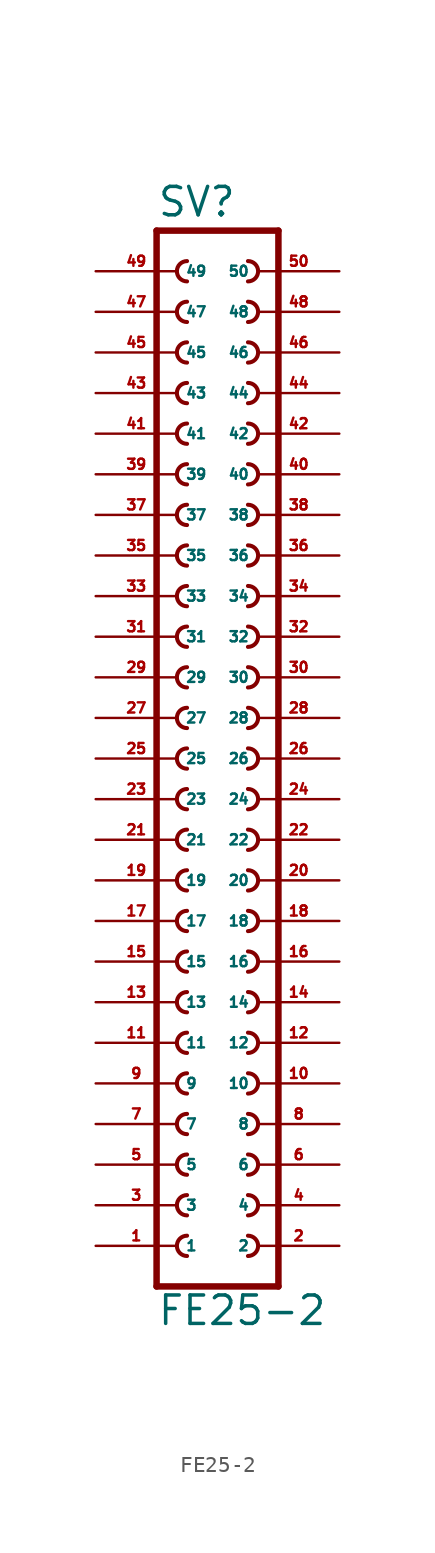
<source format=kicad_sym>
(kicad_symbol_lib
  (version 20220914)
  (generator Eagle2Kicad)
  (symbol "FE25-2"
    (property "Reference" "SV"
      (at -3.81 31.242 0)
      (effects (font (size 1.778 1.778) (thickness 0.22)) (justify left bottom)))
    (property "Value" "FE25-2"
      (at -3.81 -38.1 0)
      (effects (font (size 1.778 1.778) (thickness 0.22)) (justify left bottom)))
    (polyline
      (pts (xy 3.81 -35.56) (xy -3.81 -35.56))
      (stroke (width 0.406) (type default))
      (fill (type none)))
    (arc
      (start -1.905 -27.305)
      (mid -2.540 -27.940)
      (end -1.905 -28.575)
      (stroke (width 0.254) (type default))
      (fill (type none)))
    (arc
      (start -1.905 -29.845)
      (mid -2.540 -30.480)
      (end -1.905 -31.115)
      (stroke (width 0.254) (type default))
      (fill (type none)))
    (arc
      (start -1.905 -32.385)
      (mid -2.540 -33.020)
      (end -1.905 -33.655)
      (stroke (width 0.254) (type default))
      (fill (type none)))
    (arc
      (start 1.905 -28.575)
      (mid 2.540 -27.940)
      (end 1.905 -27.305)
      (stroke (width 0.254) (type default))
      (fill (type none)))
    (arc
      (start 1.905 -31.115)
      (mid 2.540 -30.480)
      (end 1.905 -29.845)
      (stroke (width 0.254) (type default))
      (fill (type none)))
    (arc
      (start 1.905 -33.655)
      (mid 2.540 -33.020)
      (end 1.905 -32.385)
      (stroke (width 0.254) (type default))
      (fill (type none)))
    (arc
      (start -1.905 -22.225)
      (mid -2.540 -22.860)
      (end -1.905 -23.495)
      (stroke (width 0.254) (type default))
      (fill (type none)))
    (arc
      (start -1.905 -24.765)
      (mid -2.540 -25.400)
      (end -1.905 -26.035)
      (stroke (width 0.254) (type default))
      (fill (type none)))
    (arc
      (start 1.905 -23.495)
      (mid 2.540 -22.860)
      (end 1.905 -22.225)
      (stroke (width 0.254) (type default))
      (fill (type none)))
    (arc
      (start 1.905 -26.035)
      (mid 2.540 -25.400)
      (end 1.905 -24.765)
      (stroke (width 0.254) (type default))
      (fill (type none)))
    (arc
      (start -1.905 -14.605)
      (mid -2.540 -15.240)
      (end -1.905 -15.875)
      (stroke (width 0.254) (type default))
      (fill (type none)))
    (arc
      (start -1.905 -17.145)
      (mid -2.540 -17.780)
      (end -1.905 -18.415)
      (stroke (width 0.254) (type default))
      (fill (type none)))
    (arc
      (start -1.905 -19.685)
      (mid -2.540 -20.320)
      (end -1.905 -20.955)
      (stroke (width 0.254) (type default))
      (fill (type none)))
    (arc
      (start 1.905 -15.875)
      (mid 2.540 -15.240)
      (end 1.905 -14.605)
      (stroke (width 0.254) (type default))
      (fill (type none)))
    (arc
      (start 1.905 -18.415)
      (mid 2.540 -17.780)
      (end 1.905 -17.145)
      (stroke (width 0.254) (type default))
      (fill (type none)))
    (arc
      (start 1.905 -20.955)
      (mid 2.540 -20.320)
      (end 1.905 -19.685)
      (stroke (width 0.254) (type default))
      (fill (type none)))
    (arc
      (start -1.905 -9.525)
      (mid -2.540 -10.160)
      (end -1.905 -10.795)
      (stroke (width 0.254) (type default))
      (fill (type none)))
    (arc
      (start -1.905 -12.065)
      (mid -2.540 -12.700)
      (end -1.905 -13.335)
      (stroke (width 0.254) (type default))
      (fill (type none)))
    (arc
      (start 1.905 -10.795)
      (mid 2.540 -10.160)
      (end 1.905 -9.525)
      (stroke (width 0.254) (type default))
      (fill (type none)))
    (arc
      (start 1.905 -13.335)
      (mid 2.540 -12.700)
      (end 1.905 -12.065)
      (stroke (width 0.254) (type default))
      (fill (type none)))
    (arc
      (start -1.905 -1.905)
      (mid -2.540 -2.540)
      (end -1.905 -3.175)
      (stroke (width 0.254) (type default))
      (fill (type none)))
    (arc
      (start -1.905 -4.445)
      (mid -2.540 -5.080)
      (end -1.905 -5.715)
      (stroke (width 0.254) (type default))
      (fill (type none)))
    (arc
      (start -1.905 -6.985)
      (mid -2.540 -7.620)
      (end -1.905 -8.255)
      (stroke (width 0.254) (type default))
      (fill (type none)))
    (arc
      (start 1.905 -3.175)
      (mid 2.540 -2.540)
      (end 1.905 -1.905)
      (stroke (width 0.254) (type default))
      (fill (type none)))
    (arc
      (start 1.905 -5.715)
      (mid 2.540 -5.080)
      (end 1.905 -4.445)
      (stroke (width 0.254) (type default))
      (fill (type none)))
    (arc
      (start 1.905 -8.255)
      (mid 2.540 -7.620)
      (end 1.905 -6.985)
      (stroke (width 0.254) (type default))
      (fill (type none)))
    (arc
      (start -1.905 3.175)
      (mid -2.540 2.540)
      (end -1.905 1.905)
      (stroke (width 0.254) (type default))
      (fill (type none)))
    (arc
      (start -1.905 0.635)
      (mid -2.540 0.000)
      (end -1.905 -0.635)
      (stroke (width 0.254) (type default))
      (fill (type none)))
    (arc
      (start 1.905 1.905)
      (mid 2.540 2.540)
      (end 1.905 3.175)
      (stroke (width 0.254) (type default))
      (fill (type none)))
    (arc
      (start 1.905 -0.635)
      (mid 2.540 0.000)
      (end 1.905 0.635)
      (stroke (width 0.254) (type default))
      (fill (type none)))
    (arc
      (start -1.905 8.255)
      (mid -2.540 7.620)
      (end -1.905 6.985)
      (stroke (width 0.254) (type default))
      (fill (type none)))
    (arc
      (start -1.905 5.715)
      (mid -2.540 5.080)
      (end -1.905 4.445)
      (stroke (width 0.254) (type default))
      (fill (type none)))
    (arc
      (start 1.905 6.985)
      (mid 2.540 7.620)
      (end 1.905 8.255)
      (stroke (width 0.254) (type default))
      (fill (type none)))
    (arc
      (start 1.905 4.445)
      (mid 2.540 5.080)
      (end 1.905 5.715)
      (stroke (width 0.254) (type default))
      (fill (type none)))
    (arc
      (start -1.905 15.875)
      (mid -2.540 15.240)
      (end -1.905 14.605)
      (stroke (width 0.254) (type default))
      (fill (type none)))
    (arc
      (start -1.905 13.335)
      (mid -2.540 12.700)
      (end -1.905 12.065)
      (stroke (width 0.254) (type default))
      (fill (type none)))
    (arc
      (start -1.905 10.795)
      (mid -2.540 10.160)
      (end -1.905 9.525)
      (stroke (width 0.254) (type default))
      (fill (type none)))
    (arc
      (start 1.905 14.605)
      (mid 2.540 15.240)
      (end 1.905 15.875)
      (stroke (width 0.254) (type default))
      (fill (type none)))
    (arc
      (start 1.905 12.065)
      (mid 2.540 12.700)
      (end 1.905 13.335)
      (stroke (width 0.254) (type default))
      (fill (type none)))
    (arc
      (start 1.905 9.525)
      (mid 2.540 10.160)
      (end 1.905 10.795)
      (stroke (width 0.254) (type default))
      (fill (type none)))
    (polyline
      (pts (xy -3.81 30.48) (xy -3.81 -35.56))
      (stroke (width 0.406) (type default))
      (fill (type none)))
    (polyline
      (pts (xy 3.81 -35.56) (xy 3.81 30.48))
      (stroke (width 0.406) (type default))
      (fill (type none)))
    (polyline
      (pts (xy -3.81 30.48) (xy 3.81 30.48))
      (stroke (width 0.406) (type default))
      (fill (type none)))
    (arc
      (start 1.905 17.145)
      (mid 2.540 17.780)
      (end 1.905 18.415)
      (stroke (width 0.254) (type default))
      (fill (type none)))
    (arc
      (start 1.905 19.685)
      (mid 2.540 20.320)
      (end 1.905 20.955)
      (stroke (width 0.254) (type default))
      (fill (type none)))
    (arc
      (start 1.905 22.225)
      (mid 2.540 22.860)
      (end 1.905 23.495)
      (stroke (width 0.254) (type default))
      (fill (type none)))
    (arc
      (start -1.905 18.415)
      (mid -2.540 17.780)
      (end -1.905 17.145)
      (stroke (width 0.254) (type default))
      (fill (type none)))
    (arc
      (start -1.905 20.955)
      (mid -2.540 20.320)
      (end -1.905 19.685)
      (stroke (width 0.254) (type default))
      (fill (type none)))
    (arc
      (start -1.905 23.495)
      (mid -2.540 22.860)
      (end -1.905 22.225)
      (stroke (width 0.254) (type default))
      (fill (type none)))
    (arc
      (start 1.905 24.765)
      (mid 2.540 25.400)
      (end 1.905 26.035)
      (stroke (width 0.254) (type default))
      (fill (type none)))
    (arc
      (start 1.905 27.305)
      (mid 2.540 27.940)
      (end 1.905 28.575)
      (stroke (width 0.254) (type default))
      (fill (type none)))
    (arc
      (start -1.905 26.035)
      (mid -2.540 25.400)
      (end -1.905 24.765)
      (stroke (width 0.254) (type default))
      (fill (type none)))
    (arc
      (start -1.905 28.575)
      (mid -2.540 27.940)
      (end -1.905 27.305)
      (stroke (width 0.254) (type default))
      (fill (type none)))
    (pin passive line
      (at -7.62 -33.02 0)
      (length 5.08)
      (name "1" (effects (font (size 0.635 0.635) (thickness 0.08)) (justify left bottom)))
      (number "1" (effects (font (size 0.635 0.635) (thickness 0.08)) (justify left bottom))))
    (pin passive line
      (at -7.62 -30.48 0)
      (length 5.08)
      (name "3" (effects (font (size 0.635 0.635) (thickness 0.08)) (justify left bottom)))
      (number "3" (effects (font (size 0.635 0.635) (thickness 0.08)) (justify left bottom))))
    (pin passive line
      (at -7.62 -27.94 0)
      (length 5.08)
      (name "5" (effects (font (size 0.635 0.635) (thickness 0.08)) (justify left bottom)))
      (number "5" (effects (font (size 0.635 0.635) (thickness 0.08)) (justify left bottom))))
    (pin passive line
      (at 7.62 -33.02 180)
      (length 5.08)
      (name "2" (effects (font (size 0.635 0.635) (thickness 0.08)) (justify left bottom)))
      (number "2" (effects (font (size 0.635 0.635) (thickness 0.08)) (justify left bottom))))
    (pin passive line
      (at 7.62 -30.48 180)
      (length 5.08)
      (name "4" (effects (font (size 0.635 0.635) (thickness 0.08)) (justify left bottom)))
      (number "4" (effects (font (size 0.635 0.635) (thickness 0.08)) (justify left bottom))))
    (pin passive line
      (at 7.62 -27.94 180)
      (length 5.08)
      (name "6" (effects (font (size 0.635 0.635) (thickness 0.08)) (justify left bottom)))
      (number "6" (effects (font (size 0.635 0.635) (thickness 0.08)) (justify left bottom))))
    (pin passive line
      (at -7.62 -25.4 0)
      (length 5.08)
      (name "7" (effects (font (size 0.635 0.635) (thickness 0.08)) (justify left bottom)))
      (number "7" (effects (font (size 0.635 0.635) (thickness 0.08)) (justify left bottom))))
    (pin passive line
      (at -7.62 -22.86 0)
      (length 5.08)
      (name "9" (effects (font (size 0.635 0.635) (thickness 0.08)) (justify left bottom)))
      (number "9" (effects (font (size 0.635 0.635) (thickness 0.08)) (justify left bottom))))
    (pin passive line
      (at 7.62 -25.4 180)
      (length 5.08)
      (name "8" (effects (font (size 0.635 0.635) (thickness 0.08)) (justify left bottom)))
      (number "8" (effects (font (size 0.635 0.635) (thickness 0.08)) (justify left bottom))))
    (pin passive line
      (at 7.62 -22.86 180)
      (length 5.08)
      (name "10" (effects (font (size 0.635 0.635) (thickness 0.08)) (justify left bottom)))
      (number "10" (effects (font (size 0.635 0.635) (thickness 0.08)) (justify left bottom))))
    (pin passive line
      (at -7.62 -20.32 0)
      (length 5.08)
      (name "11" (effects (font (size 0.635 0.635) (thickness 0.08)) (justify left bottom)))
      (number "11" (effects (font (size 0.635 0.635) (thickness 0.08)) (justify left bottom))))
    (pin passive line
      (at -7.62 -17.78 0)
      (length 5.08)
      (name "13" (effects (font (size 0.635 0.635) (thickness 0.08)) (justify left bottom)))
      (number "13" (effects (font (size 0.635 0.635) (thickness 0.08)) (justify left bottom))))
    (pin passive line
      (at -7.62 -15.24 0)
      (length 5.08)
      (name "15" (effects (font (size 0.635 0.635) (thickness 0.08)) (justify left bottom)))
      (number "15" (effects (font (size 0.635 0.635) (thickness 0.08)) (justify left bottom))))
    (pin passive line
      (at 7.62 -20.32 180)
      (length 5.08)
      (name "12" (effects (font (size 0.635 0.635) (thickness 0.08)) (justify left bottom)))
      (number "12" (effects (font (size 0.635 0.635) (thickness 0.08)) (justify left bottom))))
    (pin passive line
      (at 7.62 -17.78 180)
      (length 5.08)
      (name "14" (effects (font (size 0.635 0.635) (thickness 0.08)) (justify left bottom)))
      (number "14" (effects (font (size 0.635 0.635) (thickness 0.08)) (justify left bottom))))
    (pin passive line
      (at 7.62 -15.24 180)
      (length 5.08)
      (name "16" (effects (font (size 0.635 0.635) (thickness 0.08)) (justify left bottom)))
      (number "16" (effects (font (size 0.635 0.635) (thickness 0.08)) (justify left bottom))))
    (pin passive line
      (at -7.62 -12.7 0)
      (length 5.08)
      (name "17" (effects (font (size 0.635 0.635) (thickness 0.08)) (justify left bottom)))
      (number "17" (effects (font (size 0.635 0.635) (thickness 0.08)) (justify left bottom))))
    (pin passive line
      (at -7.62 -10.16 0)
      (length 5.08)
      (name "19" (effects (font (size 0.635 0.635) (thickness 0.08)) (justify left bottom)))
      (number "19" (effects (font (size 0.635 0.635) (thickness 0.08)) (justify left bottom))))
    (pin passive line
      (at 7.62 -12.7 180)
      (length 5.08)
      (name "18" (effects (font (size 0.635 0.635) (thickness 0.08)) (justify left bottom)))
      (number "18" (effects (font (size 0.635 0.635) (thickness 0.08)) (justify left bottom))))
    (pin passive line
      (at 7.62 -10.16 180)
      (length 5.08)
      (name "20" (effects (font (size 0.635 0.635) (thickness 0.08)) (justify left bottom)))
      (number "20" (effects (font (size 0.635 0.635) (thickness 0.08)) (justify left bottom))))
    (pin passive line
      (at -7.62 -7.62 0)
      (length 5.08)
      (name "21" (effects (font (size 0.635 0.635) (thickness 0.08)) (justify left bottom)))
      (number "21" (effects (font (size 0.635 0.635) (thickness 0.08)) (justify left bottom))))
    (pin passive line
      (at -7.62 -5.08 0)
      (length 5.08)
      (name "23" (effects (font (size 0.635 0.635) (thickness 0.08)) (justify left bottom)))
      (number "23" (effects (font (size 0.635 0.635) (thickness 0.08)) (justify left bottom))))
    (pin passive line
      (at -7.62 -2.54 0)
      (length 5.08)
      (name "25" (effects (font (size 0.635 0.635) (thickness 0.08)) (justify left bottom)))
      (number "25" (effects (font (size 0.635 0.635) (thickness 0.08)) (justify left bottom))))
    (pin passive line
      (at 7.62 -7.62 180)
      (length 5.08)
      (name "22" (effects (font (size 0.635 0.635) (thickness 0.08)) (justify left bottom)))
      (number "22" (effects (font (size 0.635 0.635) (thickness 0.08)) (justify left bottom))))
    (pin passive line
      (at 7.62 -5.08 180)
      (length 5.08)
      (name "24" (effects (font (size 0.635 0.635) (thickness 0.08)) (justify left bottom)))
      (number "24" (effects (font (size 0.635 0.635) (thickness 0.08)) (justify left bottom))))
    (pin passive line
      (at 7.62 -2.54 180)
      (length 5.08)
      (name "26" (effects (font (size 0.635 0.635) (thickness 0.08)) (justify left bottom)))
      (number "26" (effects (font (size 0.635 0.635) (thickness 0.08)) (justify left bottom))))
    (pin passive line
      (at -7.62 0 0)
      (length 5.08)
      (name "27" (effects (font (size 0.635 0.635) (thickness 0.08)) (justify left bottom)))
      (number "27" (effects (font (size 0.635 0.635) (thickness 0.08)) (justify left bottom))))
    (pin passive line
      (at -7.62 2.54 0)
      (length 5.08)
      (name "29" (effects (font (size 0.635 0.635) (thickness 0.08)) (justify left bottom)))
      (number "29" (effects (font (size 0.635 0.635) (thickness 0.08)) (justify left bottom))))
    (pin passive line
      (at 7.62 0 180)
      (length 5.08)
      (name "28" (effects (font (size 0.635 0.635) (thickness 0.08)) (justify left bottom)))
      (number "28" (effects (font (size 0.635 0.635) (thickness 0.08)) (justify left bottom))))
    (pin passive line
      (at 7.62 2.54 180)
      (length 5.08)
      (name "30" (effects (font (size 0.635 0.635) (thickness 0.08)) (justify left bottom)))
      (number "30" (effects (font (size 0.635 0.635) (thickness 0.08)) (justify left bottom))))
    (pin passive line
      (at -7.62 5.08 0)
      (length 5.08)
      (name "31" (effects (font (size 0.635 0.635) (thickness 0.08)) (justify left bottom)))
      (number "31" (effects (font (size 0.635 0.635) (thickness 0.08)) (justify left bottom))))
    (pin passive line
      (at -7.62 7.62 0)
      (length 5.08)
      (name "33" (effects (font (size 0.635 0.635) (thickness 0.08)) (justify left bottom)))
      (number "33" (effects (font (size 0.635 0.635) (thickness 0.08)) (justify left bottom))))
    (pin passive line
      (at 7.62 5.08 180)
      (length 5.08)
      (name "32" (effects (font (size 0.635 0.635) (thickness 0.08)) (justify left bottom)))
      (number "32" (effects (font (size 0.635 0.635) (thickness 0.08)) (justify left bottom))))
    (pin passive line
      (at 7.62 7.62 180)
      (length 5.08)
      (name "34" (effects (font (size 0.635 0.635) (thickness 0.08)) (justify left bottom)))
      (number "34" (effects (font (size 0.635 0.635) (thickness 0.08)) (justify left bottom))))
    (pin passive line
      (at -7.62 10.16 0)
      (length 5.08)
      (name "35" (effects (font (size 0.635 0.635) (thickness 0.08)) (justify left bottom)))
      (number "35" (effects (font (size 0.635 0.635) (thickness 0.08)) (justify left bottom))))
    (pin passive line
      (at -7.62 12.7 0)
      (length 5.08)
      (name "37" (effects (font (size 0.635 0.635) (thickness 0.08)) (justify left bottom)))
      (number "37" (effects (font (size 0.635 0.635) (thickness 0.08)) (justify left bottom))))
    (pin passive line
      (at -7.62 15.24 0)
      (length 5.08)
      (name "39" (effects (font (size 0.635 0.635) (thickness 0.08)) (justify left bottom)))
      (number "39" (effects (font (size 0.635 0.635) (thickness 0.08)) (justify left bottom))))
    (pin passive line
      (at 7.62 10.16 180)
      (length 5.08)
      (name "36" (effects (font (size 0.635 0.635) (thickness 0.08)) (justify left bottom)))
      (number "36" (effects (font (size 0.635 0.635) (thickness 0.08)) (justify left bottom))))
    (pin passive line
      (at 7.62 12.7 180)
      (length 5.08)
      (name "38" (effects (font (size 0.635 0.635) (thickness 0.08)) (justify left bottom)))
      (number "38" (effects (font (size 0.635 0.635) (thickness 0.08)) (justify left bottom))))
    (pin passive line
      (at 7.62 15.24 180)
      (length 5.08)
      (name "40" (effects (font (size 0.635 0.635) (thickness 0.08)) (justify left bottom)))
      (number "40" (effects (font (size 0.635 0.635) (thickness 0.08)) (justify left bottom))))
    (pin passive line
      (at -7.62 17.78 0)
      (length 5.08)
      (name "41" (effects (font (size 0.635 0.635) (thickness 0.08)) (justify left bottom)))
      (number "41" (effects (font (size 0.635 0.635) (thickness 0.08)) (justify left bottom))))
    (pin passive line
      (at 7.62 17.78 180)
      (length 5.08)
      (name "42" (effects (font (size 0.635 0.635) (thickness 0.08)) (justify left bottom)))
      (number "42" (effects (font (size 0.635 0.635) (thickness 0.08)) (justify left bottom))))
    (pin passive line
      (at -7.62 20.32 0)
      (length 5.08)
      (name "43" (effects (font (size 0.635 0.635) (thickness 0.08)) (justify left bottom)))
      (number "43" (effects (font (size 0.635 0.635) (thickness 0.08)) (justify left bottom))))
    (pin passive line
      (at 7.62 20.32 180)
      (length 5.08)
      (name "44" (effects (font (size 0.635 0.635) (thickness 0.08)) (justify left bottom)))
      (number "44" (effects (font (size 0.635 0.635) (thickness 0.08)) (justify left bottom))))
    (pin passive line
      (at -7.62 22.86 0)
      (length 5.08)
      (name "45" (effects (font (size 0.635 0.635) (thickness 0.08)) (justify left bottom)))
      (number "45" (effects (font (size 0.635 0.635) (thickness 0.08)) (justify left bottom))))
    (pin passive line
      (at 7.62 22.86 180)
      (length 5.08)
      (name "46" (effects (font (size 0.635 0.635) (thickness 0.08)) (justify left bottom)))
      (number "46" (effects (font (size 0.635 0.635) (thickness 0.08)) (justify left bottom))))
    (pin passive line
      (at -7.62 25.4 0)
      (length 5.08)
      (name "47" (effects (font (size 0.635 0.635) (thickness 0.08)) (justify left bottom)))
      (number "47" (effects (font (size 0.635 0.635) (thickness 0.08)) (justify left bottom))))
    (pin passive line
      (at 7.62 25.4 180)
      (length 5.08)
      (name "48" (effects (font (size 0.635 0.635) (thickness 0.08)) (justify left bottom)))
      (number "48" (effects (font (size 0.635 0.635) (thickness 0.08)) (justify left bottom))))
    (pin passive line
      (at -7.62 27.94 0)
      (length 5.08)
      (name "49" (effects (font (size 0.635 0.635) (thickness 0.08)) (justify left bottom)))
      (number "49" (effects (font (size 0.635 0.635) (thickness 0.08)) (justify left bottom))))
    (pin passive line
      (at 7.62 27.94 180)
      (length 5.08)
      (name "50" (effects (font (size 0.635 0.635) (thickness 0.08)) (justify left bottom)))
      (number "50" (effects (font (size 0.635 0.635) (thickness 0.08)) (justify left bottom))))))
</source>
